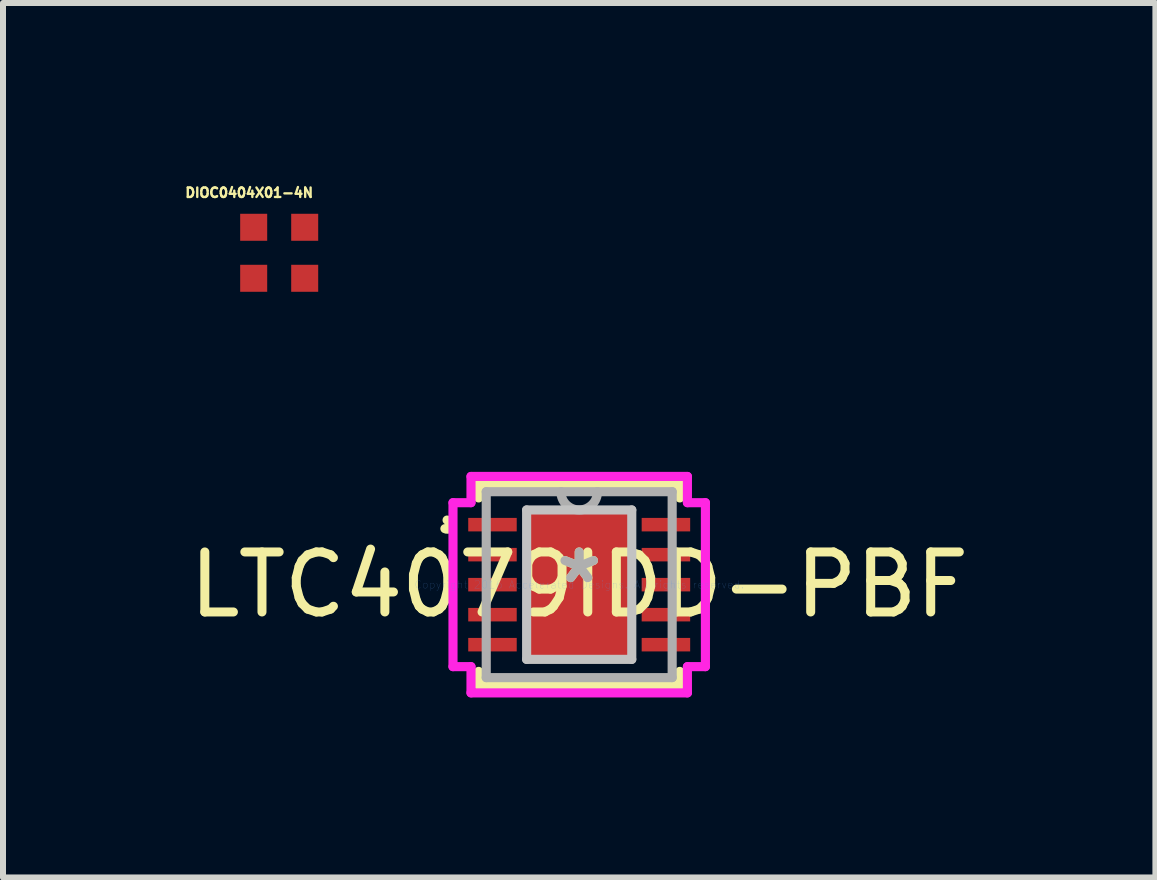
<source format=kicad_pcb>
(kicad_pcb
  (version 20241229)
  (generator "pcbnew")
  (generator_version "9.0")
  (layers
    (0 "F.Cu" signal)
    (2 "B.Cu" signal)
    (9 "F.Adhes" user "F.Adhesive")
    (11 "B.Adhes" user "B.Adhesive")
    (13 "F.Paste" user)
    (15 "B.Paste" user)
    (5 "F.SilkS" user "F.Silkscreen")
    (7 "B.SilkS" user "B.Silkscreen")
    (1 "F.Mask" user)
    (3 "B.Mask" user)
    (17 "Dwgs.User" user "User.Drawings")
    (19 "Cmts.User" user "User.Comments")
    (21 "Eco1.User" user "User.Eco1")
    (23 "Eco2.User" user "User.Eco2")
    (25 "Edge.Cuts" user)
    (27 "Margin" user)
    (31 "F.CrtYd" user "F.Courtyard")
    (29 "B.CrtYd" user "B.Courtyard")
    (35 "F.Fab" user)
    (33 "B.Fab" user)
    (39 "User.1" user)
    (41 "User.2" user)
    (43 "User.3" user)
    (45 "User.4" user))
  (footprint "DIOC0404X01-4N"
    (layer "F.Cu")
    (at 1.602 1.162)
    (property "Reference" "DIOC0404X01-4N" (at -0.5 -1.001 0) (layer "F.SilkS") (effects (font (size 0.158 0.158) (thickness 0.05))))
    (attr smd)
    (fp_line (start -0.5 -0.5) (end -0.5 0.5) (stroke (width 0.03) (type solid)) (layer "Eco2.User"))
    (fp_line (start -0.5 0.5) (end 0.5 0.5) (stroke (width 0.03) (type solid)) (layer "Eco2.User"))
    (fp_line (start 0.5 -0.5) (end -0.5 -0.5) (stroke (width 0.03) (type solid)) (layer "Eco2.User"))
    (fp_line (start 0.5 0.5) (end 0.5 -0.5) (stroke (width 0.03) (type solid)) (layer "Eco2.User"))
    (fp_poly (pts (xy 0.2 -0.5) (xy 0.5 -0.5) (xy 0.5 -0.2) (xy 0.2 -0.2)) (stroke (width 0.1) (type solid)) (fill no) (layer "Eco2.User"))
    (pad "1" smd rect (at 0.425 -0.425) (size 0.45 0.45) (layers "F.Cu" "F.Mask" "F.Paste"))
    (pad "2" smd rect (at 0.425 0.425) (size 0.45 0.45) (layers "F.Cu" "F.Mask" "F.Paste"))
    (pad "3" smd rect (at -0.425 0.425) (size 0.45 0.45) (layers "F.Cu" "F.Mask" "F.Paste"))
    (pad "4" smd rect (at -0.425 -0.425) (size 0.45 0.45) (layers "F.Cu" "F.Mask" "F.Paste")))
  (footprint "LTC4079IDD-PBF"
    (layer "F.Cu")
    (at 6.601 6.692)
    (property "Reference" "LTC4079IDD-PBF" (at 0 0 0) (layer "F.SilkS") (effects (font (size 1 1) (thickness 0.15))))
    (attr through_hole)
    (fp_line (start -1.676 -1.676) (end -1.676 -1.445) (stroke (width 0.152) (type solid)) (layer "F.SilkS"))
    (fp_line (start -1.676 1.445) (end -1.676 1.676) (stroke (width 0.152) (type solid)) (layer "F.SilkS"))
    (fp_line (start -1.676 1.676) (end 1.676 1.676) (stroke (width 0.152) (type solid)) (layer "F.SilkS"))
    (fp_line (start 1.676 -1.676) (end -1.676 -1.676) (stroke (width 0.152) (type solid)) (layer "F.SilkS"))
    (fp_line (start 1.676 -1.445) (end 1.676 -1.676) (stroke (width 0.152) (type solid)) (layer "F.SilkS"))
    (fp_line (start 1.676 1.676) (end 1.676 1.445) (stroke (width 0.152) (type solid)) (layer "F.SilkS"))
    (fp_arc (start -2.200999 -1.0762) (mid -2.12717 -0.98114) (end -2.237545 -0.933136) (stroke (width 0.1524) (type solid)) (layer "F.SilkS"))
    (fp_line (start -0.876 -1.245) (end -0.876 1.245) (stroke (width 0.152) (type solid)) (layer "Dwgs.User"))
    (fp_line (start -0.876 1.245) (end 0.876 1.245) (stroke (width 0.152) (type solid)) (layer "Dwgs.User"))
    (fp_line (start 0.876 -1.245) (end -0.876 -1.245) (stroke (width 0.152) (type solid)) (layer "Dwgs.User"))
    (fp_line (start 0.876 1.245) (end 0.876 -1.245) (stroke (width 0.152) (type solid)) (layer "Dwgs.User"))
    (fp_line (start -2.103 -1.366) (end -1.803 -1.366) (stroke (width 0.152) (type solid)) (layer "F.CrtYd"))
    (fp_line (start -2.103 1.366) (end -2.103 -1.366) (stroke (width 0.152) (type solid)) (layer "F.CrtYd"))
    (fp_line (start -1.803 -1.803) (end 1.803 -1.803) (stroke (width 0.152) (type solid)) (layer "F.CrtYd"))
    (fp_line (start -1.803 -1.366) (end -1.803 -1.803) (stroke (width 0.152) (type solid)) (layer "F.CrtYd"))
    (fp_line (start -1.803 1.366) (end -2.103 1.366) (stroke (width 0.152) (type solid)) (layer "F.CrtYd"))
    (fp_line (start -1.803 1.803) (end -1.803 1.366) (stroke (width 0.152) (type solid)) (layer "F.CrtYd"))
    (fp_line (start 1.803 -1.803) (end 1.803 -1.366) (stroke (width 0.152) (type solid)) (layer "F.CrtYd"))
    (fp_line (start 1.803 -1.366) (end 2.103 -1.366) (stroke (width 0.152) (type solid)) (layer "F.CrtYd"))
    (fp_line (start 1.803 1.366) (end 1.803 1.803) (stroke (width 0.152) (type solid)) (layer "F.CrtYd"))
    (fp_line (start 1.803 1.803) (end -1.803 1.803) (stroke (width 0.152) (type solid)) (layer "F.CrtYd"))
    (fp_line (start 2.103 -1.366) (end 2.103 1.366) (stroke (width 0.152) (type solid)) (layer "F.CrtYd"))
    (fp_line (start 2.103 1.366) (end 1.803 1.366) (stroke (width 0.152) (type solid)) (layer "F.CrtYd"))
    (fp_line (start -1.549 -1.549) (end -1.549 1.549) (stroke (width 0.152) (type solid)) (layer "F.Fab"))
    (fp_line (start -1.549 1.549) (end 1.549 1.549) (stroke (width 0.152) (type solid)) (layer "F.Fab"))
    (fp_line (start 1.549 -1.549) (end -1.549 -1.549) (stroke (width 0.152) (type solid)) (layer "F.Fab"))
    (fp_line (start 1.549 1.549) (end 1.549 -1.549) (stroke (width 0.152) (type solid)) (layer "F.Fab"))
    (fp_arc (start 0.3048 -1.5494) (mid 0 -1.2446) (end -0.3048 -1.5494) (stroke (width 0.1524) (type solid)) (layer "F.Fab"))
    (fp_text user "*" (at 0 0 0) (layer "F.SilkS") (effects (font (size 1 1) (thickness 0.15))))
    (fp_text user "Copyright 2016 Accelerated Designs. All rights reserved." (at 0 0 0) (layer "Cmts.User") (effects (font (size 0.127 0.127) (thickness 0.002))))
    (fp_text user "*" (at 0 0 0) (layer "F.Fab") (effects (font (size 1 1) (thickness 0.15))))
    (pad "1" smd rect (at -1.445 -1) (size 0.808 0.225) (layers "F.Cu" "F.Mask" "F.Paste"))
    (pad "2" smd rect (at -1.445 -0.5) (size 0.808 0.225) (layers "F.Cu" "F.Mask" "F.Paste"))
    (pad "3" smd rect (at -1.445 0) (size 0.808 0.225) (layers "F.Cu" "F.Mask" "F.Paste"))
    (pad "4" smd rect (at -1.445 0.5) (size 0.808 0.225) (layers "F.Cu" "F.Mask" "F.Paste"))
    (pad "5" smd rect (at -1.445 1) (size 0.808 0.225) (layers "F.Cu" "F.Mask" "F.Paste"))
    (pad "6" smd rect (at 1.445 1) (size 0.808 0.225) (layers "F.Cu" "F.Mask" "F.Paste"))
    (pad "7" smd rect (at 1.445 0.5) (size 0.808 0.225) (layers "F.Cu" "F.Mask" "F.Paste"))
    (pad "8" smd rect (at 1.445 0) (size 0.808 0.225) (layers "F.Cu" "F.Mask" "F.Paste"))
    (pad "9" smd rect (at 1.445 -0.5) (size 0.808 0.225) (layers "F.Cu" "F.Mask" "F.Paste"))
    (pad "10" smd rect (at 1.445 -1) (size 0.808 0.225) (layers "F.Cu" "F.Mask" "F.Paste"))
    (pad "11" smd rect (at 0 0) (size 1.753 2.489) (layers "F.Cu" "F.Mask" "F.Paste")))
  (gr_rect
    (start -3 -3)
    (end 16.202 11.571)
    (stroke (width 0.1) (type default))
    (fill no)
    (layer "Edge.Cuts")))
</source>
